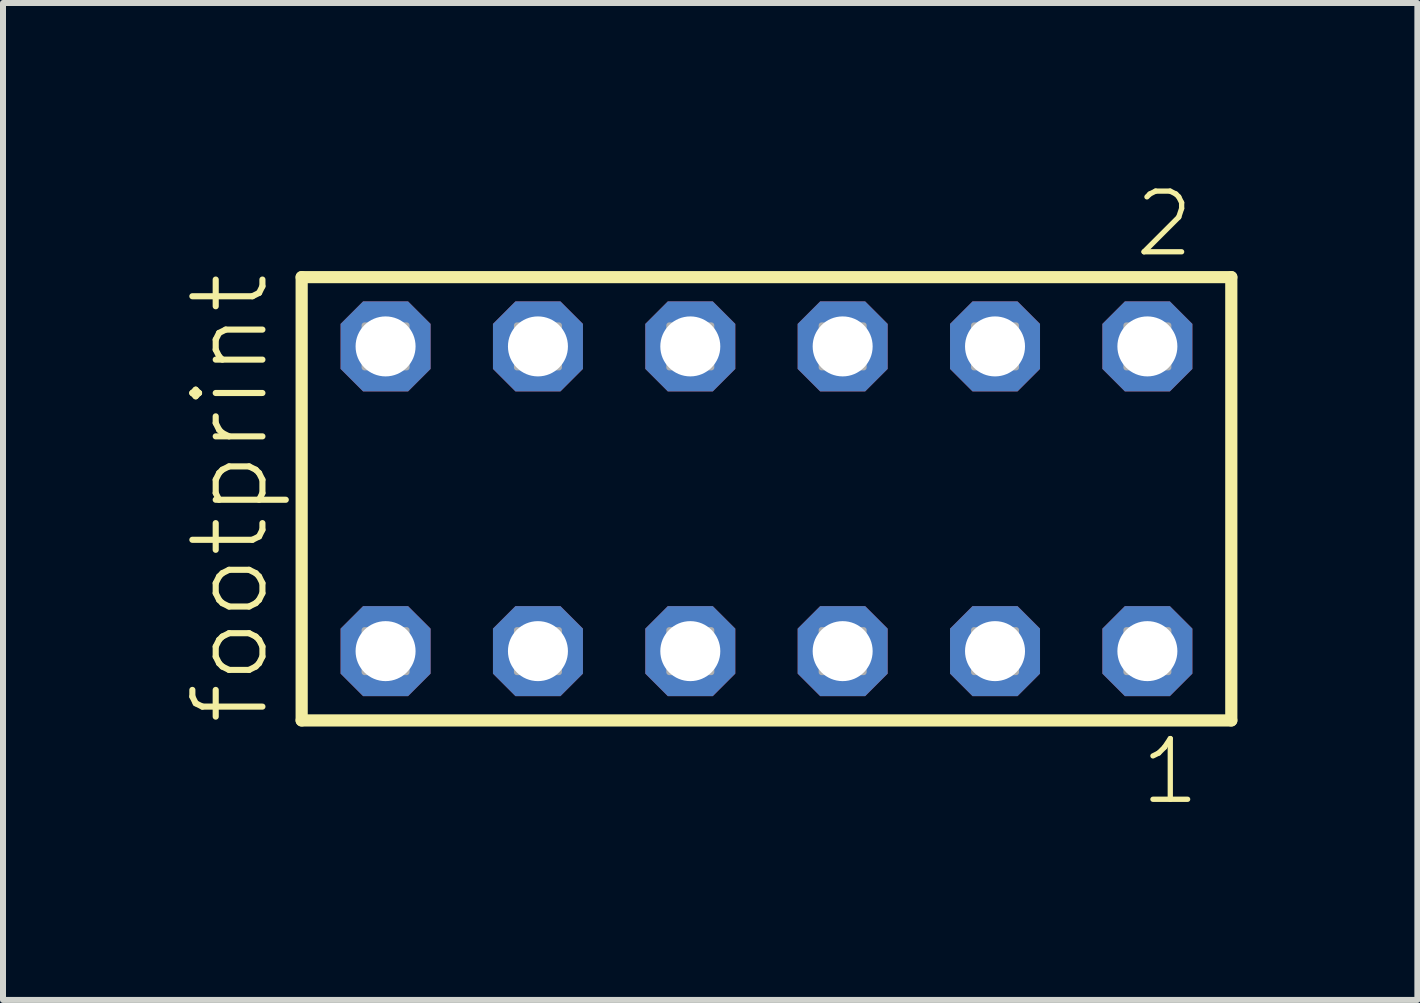
<source format=kicad_pcb>
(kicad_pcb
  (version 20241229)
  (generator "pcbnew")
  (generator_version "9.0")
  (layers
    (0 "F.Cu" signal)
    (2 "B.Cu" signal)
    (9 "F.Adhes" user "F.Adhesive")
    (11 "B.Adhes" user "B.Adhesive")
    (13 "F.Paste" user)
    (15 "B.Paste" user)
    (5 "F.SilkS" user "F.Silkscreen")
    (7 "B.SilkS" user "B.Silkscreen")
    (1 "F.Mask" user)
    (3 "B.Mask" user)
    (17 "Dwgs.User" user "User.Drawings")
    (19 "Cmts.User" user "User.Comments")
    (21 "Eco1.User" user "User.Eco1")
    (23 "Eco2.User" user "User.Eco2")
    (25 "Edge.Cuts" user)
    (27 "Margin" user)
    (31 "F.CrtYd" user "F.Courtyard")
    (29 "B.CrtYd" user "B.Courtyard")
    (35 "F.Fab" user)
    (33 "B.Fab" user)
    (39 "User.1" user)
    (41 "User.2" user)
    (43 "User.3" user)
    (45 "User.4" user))
  (footprint "footprint"
    (layer "F.Cu")
    (at 9.728 5.265)
    (property "Reference" "footprint" (at -8.255 3.81 90) (layer "F.SilkS") (effects (font (size 1.168 1.168) (thickness 0.102)) (justify left bottom)))
    (fp_line (start -7.749 -3.695) (end 7.749 -3.695) (stroke (width 0.203) (type solid)) (layer "F.SilkS"))
    (fp_line (start -7.749 3.695) (end -7.749 -3.695) (stroke (width 0.203) (type solid)) (layer "F.SilkS"))
    (fp_line (start 7.749 -3.695) (end 7.749 3.695) (stroke (width 0.203) (type solid)) (layer "F.SilkS"))
    (fp_line (start 7.749 3.695) (end -7.749 3.695) (stroke (width 0.203) (type solid)) (layer "F.SilkS"))
    (fp_poly (pts (xy -6.7 -2.19) (xy -6 -2.19) (xy -6 -2.89) (xy -6.7 -2.89)) (stroke (width 0.1) (type solid)) (fill no) (layer "F.Fab"))
    (fp_poly (pts (xy -6.7 2.89) (xy -6 2.89) (xy -6 2.19) (xy -6.7 2.19)) (stroke (width 0.1) (type solid)) (fill no) (layer "F.Fab"))
    (fp_poly (pts (xy -4.16 -2.19) (xy -3.46 -2.19) (xy -3.46 -2.89) (xy -4.16 -2.89)) (stroke (width 0.1) (type solid)) (fill no) (layer "F.Fab"))
    (fp_poly (pts (xy -4.16 2.89) (xy -3.46 2.89) (xy -3.46 2.19) (xy -4.16 2.19)) (stroke (width 0.1) (type solid)) (fill no) (layer "F.Fab"))
    (fp_poly (pts (xy -1.62 -2.19) (xy -0.92 -2.19) (xy -0.92 -2.89) (xy -1.62 -2.89)) (stroke (width 0.1) (type solid)) (fill no) (layer "F.Fab"))
    (fp_poly (pts (xy -1.62 2.89) (xy -0.92 2.89) (xy -0.92 2.19) (xy -1.62 2.19)) (stroke (width 0.1) (type solid)) (fill no) (layer "F.Fab"))
    (fp_poly (pts (xy 0.92 -2.19) (xy 1.62 -2.19) (xy 1.62 -2.89) (xy 0.92 -2.89)) (stroke (width 0.1) (type solid)) (fill no) (layer "F.Fab"))
    (fp_poly (pts (xy 0.92 2.89) (xy 1.62 2.89) (xy 1.62 2.19) (xy 0.92 2.19)) (stroke (width 0.1) (type solid)) (fill no) (layer "F.Fab"))
    (fp_poly (pts (xy 3.46 -2.19) (xy 4.16 -2.19) (xy 4.16 -2.89) (xy 3.46 -2.89)) (stroke (width 0.1) (type solid)) (fill no) (layer "F.Fab"))
    (fp_poly (pts (xy 3.46 2.89) (xy 4.16 2.89) (xy 4.16 2.19) (xy 3.46 2.19)) (stroke (width 0.1) (type solid)) (fill no) (layer "F.Fab"))
    (fp_poly (pts (xy 6 -2.19) (xy 6.7 -2.19) (xy 6.7 -2.89) (xy 6 -2.89)) (stroke (width 0.1) (type solid)) (fill no) (layer "F.Fab"))
    (fp_poly (pts (xy 6 2.89) (xy 6.7 2.89) (xy 6.7 2.19) (xy 6 2.19)) (stroke (width 0.1) (type solid)) (fill no) (layer "F.Fab"))
    (fp_text user "1" (at 6.192 5.138 0) (layer "F.SilkS") (effects (font (size 1.012 1.012) (thickness 0.088)) (justify left bottom)))
    (fp_text user "2" (at 6.092 -3.989 0) (layer "F.SilkS") (effects (font (size 1.012 1.012) (thickness 0.088)) (justify left bottom)))
    (pad "1" thru_hole roundrect (at 6.35 2.54 180) (size 1.5 1.5) (drill 1) (layers "*.Cu" "*.Mask") (roundrect_rratio 0.25) (chamfer_ratio 0.25) (chamfer top_left top_right bottom_left bottom_right))
    (pad "2" thru_hole roundrect (at 6.35 -2.54 180) (size 1.5 1.5) (drill 1) (layers "*.Cu" "*.Mask") (roundrect_rratio 0.25) (chamfer_ratio 0.25) (chamfer top_left top_right bottom_left bottom_right))
    (pad "3" thru_hole roundrect (at 3.81 2.54 180) (size 1.5 1.5) (drill 1) (layers "*.Cu" "*.Mask") (roundrect_rratio 0.25) (chamfer_ratio 0.25) (chamfer top_left top_right bottom_left bottom_right))
    (pad "4" thru_hole roundrect (at 3.81 -2.54 180) (size 1.5 1.5) (drill 1) (layers "*.Cu" "*.Mask") (roundrect_rratio 0.25) (chamfer_ratio 0.25) (chamfer top_left top_right bottom_left bottom_right))
    (pad "5" thru_hole roundrect (at 1.27 2.54 180) (size 1.5 1.5) (drill 1) (layers "*.Cu" "*.Mask") (roundrect_rratio 0.25) (chamfer_ratio 0.25) (chamfer top_left top_right bottom_left bottom_right))
    (pad "6" thru_hole roundrect (at 1.27 -2.54 180) (size 1.5 1.5) (drill 1) (layers "*.Cu" "*.Mask") (roundrect_rratio 0.25) (chamfer_ratio 0.25) (chamfer top_left top_right bottom_left bottom_right))
    (pad "7" thru_hole roundrect (at -1.27 2.54 180) (size 1.5 1.5) (drill 1) (layers "*.Cu" "*.Mask") (roundrect_rratio 0.25) (chamfer_ratio 0.25) (chamfer top_left top_right bottom_left bottom_right))
    (pad "8" thru_hole roundrect (at -1.27 -2.54 180) (size 1.5 1.5) (drill 1) (layers "*.Cu" "*.Mask") (roundrect_rratio 0.25) (chamfer_ratio 0.25) (chamfer top_left top_right bottom_left bottom_right))
    (pad "9" thru_hole roundrect (at -3.81 2.54 180) (size 1.5 1.5) (drill 1) (layers "*.Cu" "*.Mask") (roundrect_rratio 0.25) (chamfer_ratio 0.25) (chamfer top_left top_right bottom_left bottom_right))
    (pad "10" thru_hole roundrect (at -3.81 -2.54 180) (size 1.5 1.5) (drill 1) (layers "*.Cu" "*.Mask") (roundrect_rratio 0.25) (chamfer_ratio 0.25) (chamfer top_left top_right bottom_left bottom_right))
    (pad "11" thru_hole roundrect (at -6.35 2.54 180) (size 1.5 1.5) (drill 1) (layers "*.Cu" "*.Mask") (roundrect_rratio 0.25) (chamfer_ratio 0.25) (chamfer top_left top_right bottom_left bottom_right))
    (pad "12" thru_hole roundrect (at -6.35 -2.54 180) (size 1.5 1.5) (drill 1) (layers "*.Cu" "*.Mask") (roundrect_rratio 0.25) (chamfer_ratio 0.25) (chamfer top_left top_right bottom_left bottom_right)))
  (gr_rect
    (start -3 -3)
    (end 20.579 13.62)
    (stroke (width 0.1) (type default))
    (fill no)
    (layer "Edge.Cuts")))
</source>
